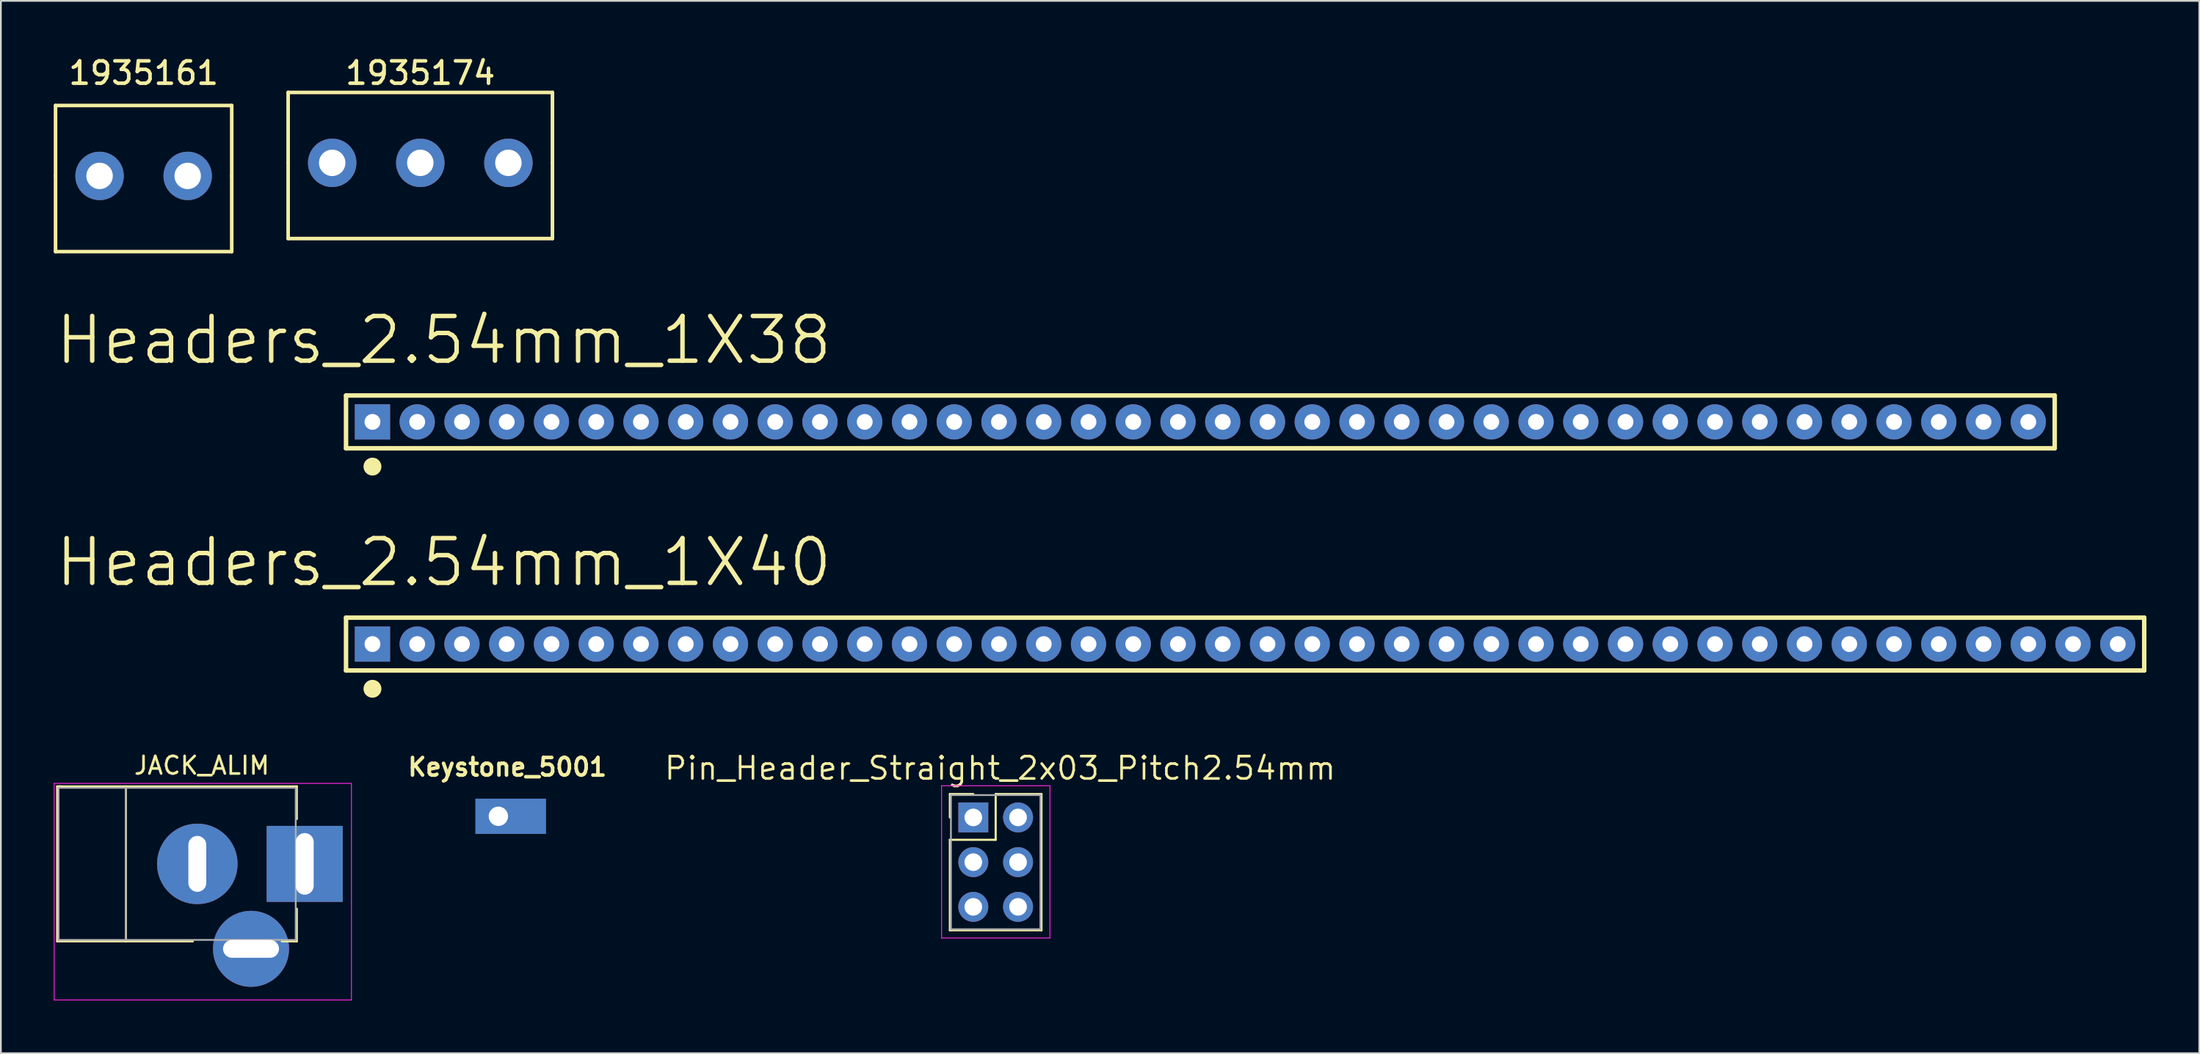
<source format=kicad_pcb>
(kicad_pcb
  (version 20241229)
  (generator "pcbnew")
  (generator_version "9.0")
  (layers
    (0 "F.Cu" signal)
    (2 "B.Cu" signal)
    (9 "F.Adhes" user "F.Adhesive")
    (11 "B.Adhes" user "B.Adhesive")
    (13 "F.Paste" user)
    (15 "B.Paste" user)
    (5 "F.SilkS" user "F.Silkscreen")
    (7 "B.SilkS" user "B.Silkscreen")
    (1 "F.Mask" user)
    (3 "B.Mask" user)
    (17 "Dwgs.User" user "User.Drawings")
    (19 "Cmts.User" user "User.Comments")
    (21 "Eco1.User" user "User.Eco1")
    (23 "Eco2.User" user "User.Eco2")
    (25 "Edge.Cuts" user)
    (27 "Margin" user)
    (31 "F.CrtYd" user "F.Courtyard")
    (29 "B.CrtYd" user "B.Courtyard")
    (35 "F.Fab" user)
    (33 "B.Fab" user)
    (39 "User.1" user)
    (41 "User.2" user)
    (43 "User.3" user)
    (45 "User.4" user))
  (footprint "Headers_2.54mm_1X40"
    (layer "F.Cu")
    (at 18.09 33.535)
    (property "Reference" "Headers_2.54mm_1X40" (at 4.05 -4.64 0) (layer "F.SilkS") (effects (font (size 2.54 2.54) (thickness 0.254))))
    (attr through_hole)
    (fp_line (start -1.5 -1.5) (end -1.5 1.5) (stroke (width 0.254) (type solid)) (layer "F.SilkS"))
    (fp_line (start -1.5 1.5) (end 100.56 1.5) (stroke (width 0.254) (type solid)) (layer "F.SilkS"))
    (fp_line (start 100.56 -1.5) (end -1.5 -1.5) (stroke (width 0.254) (type solid)) (layer "F.SilkS"))
    (fp_line (start 100.56 1.5) (end 100.56 -1.5) (stroke (width 0.254) (type solid)) (layer "F.SilkS"))
    (fp_circle (center 0 2.54) (end 0.254 2.54) (stroke (width 0.508) (type solid)) (fill no) (layer "F.SilkS"))
    (pad "1" thru_hole rect (at 0 0) (size 2 2) (drill 0.9) (layers "*.Cu" "*.Mask"))
    (pad "2" thru_hole circle (at 2.54 0) (size 2 2) (drill 0.9) (layers "*.Cu" "*.Mask"))
    (pad "3" thru_hole circle (at 5.08 0) (size 2 2) (drill 0.9) (layers "*.Cu" "*.Mask"))
    (pad "4" thru_hole circle (at 7.62 0) (size 2 2) (drill 0.9) (layers "*.Cu" "*.Mask"))
    (pad "5" thru_hole circle (at 10.16 0) (size 2 2) (drill 0.9) (layers "*.Cu" "*.Mask"))
    (pad "6" thru_hole circle (at 12.7 0) (size 2 2) (drill 0.9) (layers "*.Cu" "*.Mask"))
    (pad "7" thru_hole circle (at 15.24 0) (size 2 2) (drill 0.9) (layers "*.Cu" "*.Mask"))
    (pad "8" thru_hole circle (at 17.78 0) (size 2 2) (drill 0.9) (layers "*.Cu" "*.Mask"))
    (pad "9" thru_hole circle (at 20.32 0) (size 2 2) (drill 0.9) (layers "*.Cu" "*.Mask"))
    (pad "10" thru_hole circle (at 22.86 0) (size 2 2) (drill 0.9) (layers "*.Cu" "*.Mask"))
    (pad "11" thru_hole circle (at 25.4 0) (size 2 2) (drill 0.9) (layers "*.Cu" "*.Mask"))
    (pad "12" thru_hole circle (at 27.94 0) (size 2 2) (drill 0.9) (layers "*.Cu" "*.Mask"))
    (pad "13" thru_hole circle (at 30.48 0) (size 2 2) (drill 0.9) (layers "*.Cu" "*.Mask"))
    (pad "14" thru_hole circle (at 33.02 0) (size 2 2) (drill 0.9) (layers "*.Cu" "*.Mask"))
    (pad "15" thru_hole circle (at 35.56 0) (size 2 2) (drill 0.9) (layers "*.Cu" "*.Mask"))
    (pad "16" thru_hole circle (at 38.1 0) (size 2 2) (drill 0.9) (layers "*.Cu" "*.Mask"))
    (pad "17" thru_hole circle (at 40.64 0) (size 2 2) (drill 0.9) (layers "*.Cu" "*.Mask"))
    (pad "18" thru_hole circle (at 43.18 0) (size 2 2) (drill 0.9) (layers "*.Cu" "*.Mask"))
    (pad "19" thru_hole circle (at 45.72 0) (size 2 2) (drill 0.9) (layers "*.Cu" "*.Mask"))
    (pad "20" thru_hole circle (at 48.26 0) (size 2 2) (drill 0.9) (layers "*.Cu" "*.Mask"))
    (pad "21" thru_hole circle (at 50.8 0) (size 2 2) (drill 0.9) (layers "*.Cu" "*.Mask"))
    (pad "22" thru_hole circle (at 53.34 0) (size 2 2) (drill 0.9) (layers "*.Cu" "*.Mask"))
    (pad "23" thru_hole circle (at 55.88 0) (size 2 2) (drill 0.9) (layers "*.Cu" "*.Mask"))
    (pad "24" thru_hole circle (at 58.42 0) (size 2 2) (drill 0.9) (layers "*.Cu" "*.Mask"))
    (pad "25" thru_hole circle (at 60.96 0) (size 2 2) (drill 0.9) (layers "*.Cu" "*.Mask"))
    (pad "26" thru_hole circle (at 63.5 0) (size 2 2) (drill 0.9) (layers "*.Cu" "*.Mask"))
    (pad "27" thru_hole circle (at 66.04 0) (size 2 2) (drill 0.9) (layers "*.Cu" "*.Mask"))
    (pad "28" thru_hole circle (at 68.58 0) (size 2 2) (drill 0.9) (layers "*.Cu" "*.Mask"))
    (pad "29" thru_hole circle (at 71.12 0) (size 2 2) (drill 0.9) (layers "*.Cu" "*.Mask"))
    (pad "30" thru_hole circle (at 73.66 0) (size 2 2) (drill 0.9) (layers "*.Cu" "*.Mask"))
    (pad "31" thru_hole circle (at 76.2 0) (size 2 2) (drill 0.9) (layers "*.Cu" "*.Mask"))
    (pad "32" thru_hole circle (at 78.74 0) (size 2 2) (drill 0.9) (layers "*.Cu" "*.Mask"))
    (pad "33" thru_hole circle (at 81.28 0) (size 2 2) (drill 0.9) (layers "*.Cu" "*.Mask"))
    (pad "34" thru_hole circle (at 83.82 0) (size 2 2) (drill 0.9) (layers "*.Cu" "*.Mask"))
    (pad "35" thru_hole circle (at 86.36 0) (size 2 2) (drill 0.9) (layers "*.Cu" "*.Mask"))
    (pad "36" thru_hole circle (at 88.9 0) (size 2 2) (drill 0.9) (layers "*.Cu" "*.Mask"))
    (pad "37" thru_hole circle (at 91.44 0) (size 2 2) (drill 0.9) (layers "*.Cu" "*.Mask"))
    (pad "38" thru_hole circle (at 93.98 0) (size 2 2) (drill 0.9) (layers "*.Cu" "*.Mask"))
    (pad "39" thru_hole circle (at 96.52 0) (size 2 2) (drill 0.9) (layers "*.Cu" "*.Mask"))
    (pad "40" thru_hole circle (at 99.06 0) (size 2 2) (drill 0.9) (layers "*.Cu" "*.Mask")))
  (footprint "Pin_Header_Straight_2x03_Pitch2.54mm"
    (layer "F.Cu")
    (at 52.192 43.383)
    (property "Reference" "Pin_Header_Straight_2x03_Pitch2.54mm" (at 1.524 -2.794 0) (layer "F.SilkS") (effects (font (size 1.27 1.27) (thickness 0.15))))
    (attr through_hole)
    (fp_line (start -1.33 -1.33) (end 0 -1.33) (stroke (width 0.12) (type solid)) (layer "F.SilkS"))
    (fp_line (start -1.33 0) (end -1.33 -1.33) (stroke (width 0.12) (type solid)) (layer "F.SilkS"))
    (fp_line (start -1.33 1.27) (end -1.33 6.41) (stroke (width 0.12) (type solid)) (layer "F.SilkS"))
    (fp_line (start -1.33 6.41) (end 3.87 6.41) (stroke (width 0.12) (type solid)) (layer "F.SilkS"))
    (fp_line (start 1.27 -1.33) (end 1.27 1.27) (stroke (width 0.12) (type solid)) (layer "F.SilkS"))
    (fp_line (start 1.27 1.27) (end -1.33 1.27) (stroke (width 0.12) (type solid)) (layer "F.SilkS"))
    (fp_line (start 3.87 -1.33) (end 1.27 -1.33) (stroke (width 0.12) (type solid)) (layer "F.SilkS"))
    (fp_line (start 3.87 6.41) (end 3.87 -1.33) (stroke (width 0.12) (type solid)) (layer "F.SilkS"))
    (fp_line (start -1.8 -1.8) (end -1.8 6.85) (stroke (width 0.05) (type solid)) (layer "F.CrtYd"))
    (fp_line (start -1.8 6.85) (end 4.35 6.85) (stroke (width 0.05) (type solid)) (layer "F.CrtYd"))
    (fp_line (start 4.35 -1.8) (end -1.8 -1.8) (stroke (width 0.05) (type solid)) (layer "F.CrtYd"))
    (fp_line (start 4.35 6.85) (end 4.35 -1.8) (stroke (width 0.05) (type solid)) (layer "F.CrtYd"))
    (fp_line (start -1.27 -1.27) (end -1.27 6.35) (stroke (width 0.1) (type solid)) (layer "F.Fab"))
    (fp_line (start -1.27 6.35) (end 3.81 6.35) (stroke (width 0.1) (type solid)) (layer "F.Fab"))
    (fp_line (start 3.81 -1.27) (end -1.27 -1.27) (stroke (width 0.1) (type solid)) (layer "F.Fab"))
    (fp_line (start 3.81 6.35) (end 3.81 -1.27) (stroke (width 0.1) (type solid)) (layer "F.Fab"))
    (pad "1" thru_hole rect (at 0 0) (size 1.7 1.7) (drill 1) (layers "*.Cu" "*.Mask"))
    (pad "2" thru_hole oval (at 2.54 0) (size 1.7 1.7) (drill 1) (layers "*.Cu" "*.Mask"))
    (pad "3" thru_hole oval (at 0 2.54) (size 1.7 1.7) (drill 1) (layers "*.Cu" "*.Mask"))
    (pad "4" thru_hole oval (at 2.54 2.54) (size 1.7 1.7) (drill 1) (layers "*.Cu" "*.Mask"))
    (pad "5" thru_hole oval (at 0 5.08) (size 1.7 1.7) (drill 1) (layers "*.Cu" "*.Mask"))
    (pad "6" thru_hole oval (at 2.54 5.08) (size 1.7 1.7) (drill 1) (layers "*.Cu" "*.Mask")))
  (footprint "1935174"
    (layer "F.Cu")
    (at 23.305 6.2)
    (property "Reference" "1935174" (at -2.5 -5.1 0) (layer "F.SilkS") (effects (font (size 1.27 1.27) (thickness 0.203))))
    (attr through_hole)
    (fp_line (start -10 -4) (end -10 0) (stroke (width 0.203) (type solid)) (layer "F.SilkS"))
    (fp_line (start -10 0) (end -10 4.3) (stroke (width 0.203) (type solid)) (layer "F.SilkS"))
    (fp_line (start -10 4.3) (end 5 4.3) (stroke (width 0.203) (type solid)) (layer "F.SilkS"))
    (fp_line (start 5 -4) (end -10 -4) (stroke (width 0.203) (type solid)) (layer "F.SilkS"))
    (fp_line (start 5 0) (end 5 -4) (stroke (width 0.203) (type solid)) (layer "F.SilkS"))
    (fp_line (start 5 4.3) (end 5 0) (stroke (width 0.203) (type solid)) (layer "F.SilkS"))
    (pad "1" thru_hole circle (at -7.5 0) (size 2.75 2.75) (drill 1.5) (layers "*.Cu" "*.Mask"))
    (pad "2" thru_hole circle (at -2.5 0) (size 2.75 2.75) (drill 1.5) (layers "*.Cu" "*.Mask"))
    (pad "3" thru_hole circle (at 2.5 0) (size 2.75 2.75) (drill 1.5) (layers "*.Cu" "*.Mask")))
  (footprint "JACK_ALIM"
    (layer "F.Cu")
    (at 14.245 46.021)
    (property "Reference" "JACK_ALIM" (at -5.84 -5.59 0) (layer "F.SilkS") (effects (font (size 1 1) (thickness 0.15))))
    (attr through_hole)
    (fp_line (start -14.05 -4.4) (end -13.85 -4.4) (stroke (width 0.12) (type solid)) (layer "F.SilkS"))
    (fp_line (start -14.05 4.4) (end -14.05 -4.4) (stroke (width 0.12) (type solid)) (layer "F.SilkS"))
    (fp_line (start -13.95 -4.4) (end -0.45 -4.4) (stroke (width 0.12) (type solid)) (layer "F.SilkS"))
    (fp_line (start -10.15 -4.4) (end -10.15 4.4) (stroke (width 0.12) (type solid)) (layer "F.SilkS"))
    (fp_line (start -6.35 4.4) (end -14.05 4.4) (stroke (width 0.12) (type solid)) (layer "F.SilkS"))
    (fp_line (start -0.45 -4.4) (end -0.45 -2.55) (stroke (width 0.12) (type solid)) (layer "F.SilkS"))
    (fp_line (start -0.45 2.55) (end -0.45 4.4) (stroke (width 0.12) (type solid)) (layer "F.SilkS"))
    (fp_line (start -0.45 4.4) (end -1.3 4.4) (stroke (width 0.12) (type solid)) (layer "F.SilkS"))
    (fp_line (start -14.22 -4.57) (end -14.22 7.73) (stroke (width 0.05) (type solid)) (layer "F.CrtYd"))
    (fp_line (start -14.22 -4.57) (end 2.65 -4.57) (stroke (width 0.05) (type solid)) (layer "F.CrtYd"))
    (fp_line (start 2.65 7.73) (end -14.22 7.73) (stroke (width 0.05) (type solid)) (layer "F.CrtYd"))
    (fp_line (start 2.65 7.73) (end 2.65 -4.57) (stroke (width 0.05) (type solid)) (layer "F.CrtYd"))
    (fp_line (start -13.97 -4.32) (end -13.97 4.32) (stroke (width 0.1) (type solid)) (layer "F.Fab"))
    (fp_line (start -13.97 4.32) (end -13.21 4.32) (stroke (width 0.1) (type solid)) (layer "F.Fab"))
    (fp_line (start -13.21 -4.32) (end -13.97 -4.32) (stroke (width 0.1) (type solid)) (layer "F.Fab"))
    (fp_line (start -13.21 -4.32) (end -0.51 -4.32) (stroke (width 0.1) (type solid)) (layer "F.Fab"))
    (fp_line (start -13.21 4.32) (end -0.51 4.32) (stroke (width 0.1) (type solid)) (layer "F.Fab"))
    (fp_line (start -10.16 -4.32) (end -10.16 4.32) (stroke (width 0.1) (type solid)) (layer "F.Fab"))
    (fp_line (start -0.51 -4.32) (end -0.51 4.32) (stroke (width 0.1) (type solid)) (layer "F.Fab"))
    (pad "1" thru_hole rect (at 0 0) (size 4.318 4.318) (drill oval 1.016 3.5) (layers "*.Cu" "*.Mask"))
    (pad "2" thru_hole circle (at -6.096 0) (size 4.572 4.572) (drill oval 1.016 3.175) (layers "*.Cu" "*.Mask"))
    (pad "3" thru_hole circle (at -3.048 4.826) (size 4.318 4.318) (drill oval 3.175 1.016) (layers "*.Cu" "*.Mask")))
  (footprint "1935161"
    (layer "F.Cu")
    (at 5.102 6.942)
    (property "Reference" "1935161" (at 0 -5.842 0) (layer "F.SilkS") (effects (font (size 1.27 1.27) (thickness 0.203))))
    (attr through_hole)
    (fp_line (start -5 -4) (end -5 0) (stroke (width 0.203) (type solid)) (layer "F.SilkS"))
    (fp_line (start -5 0) (end -5 4.3) (stroke (width 0.203) (type solid)) (layer "F.SilkS"))
    (fp_line (start -5 4.3) (end 5 4.3) (stroke (width 0.203) (type solid)) (layer "F.SilkS"))
    (fp_line (start 5 -4) (end -5 -4) (stroke (width 0.203) (type solid)) (layer "F.SilkS"))
    (fp_line (start 5 0) (end 5 -4) (stroke (width 0.203) (type solid)) (layer "F.SilkS"))
    (fp_line (start 5 4.3) (end 5 0) (stroke (width 0.203) (type solid)) (layer "F.SilkS"))
    (pad "1" thru_hole circle (at -2.5 0) (size 2.75 2.75) (drill 1.5) (layers "*.Cu" "*.Mask"))
    (pad "2" thru_hole circle (at 2.5 0) (size 2.75 2.75) (drill 1.5) (layers "*.Cu" "*.Mask")))
  (footprint "Headers_2.54mm_1X38"
    (layer "F.Cu")
    (at 18.09 20.915)
    (property "Reference" "Headers_2.54mm_1X38" (at 4.05 -4.64 0) (layer "F.SilkS") (effects (font (size 2.54 2.54) (thickness 0.254))))
    (attr through_hole)
    (fp_line (start -1.5 -1.5) (end -1.5 1.5) (stroke (width 0.254) (type solid)) (layer "F.SilkS"))
    (fp_line (start -1.5 1.5) (end 95.48 1.5) (stroke (width 0.254) (type solid)) (layer "F.SilkS"))
    (fp_line (start 95.48 -1.5) (end -1.5 -1.5) (stroke (width 0.254) (type solid)) (layer "F.SilkS"))
    (fp_line (start 95.48 1.5) (end 95.48 -1.5) (stroke (width 0.254) (type solid)) (layer "F.SilkS"))
    (fp_circle (center 0 2.54) (end 0.254 2.54) (stroke (width 0.508) (type solid)) (fill no) (layer "F.SilkS"))
    (pad "1" thru_hole rect (at 0 0) (size 2 2) (drill 0.9) (layers "*.Cu" "*.Mask"))
    (pad "2" thru_hole circle (at 2.54 0) (size 2 2) (drill 0.9) (layers "*.Cu" "*.Mask"))
    (pad "3" thru_hole circle (at 5.08 0) (size 2 2) (drill 0.9) (layers "*.Cu" "*.Mask"))
    (pad "4" thru_hole circle (at 7.62 0) (size 2 2) (drill 0.9) (layers "*.Cu" "*.Mask"))
    (pad "5" thru_hole circle (at 10.16 0) (size 2 2) (drill 0.9) (layers "*.Cu" "*.Mask"))
    (pad "6" thru_hole circle (at 12.7 0) (size 2 2) (drill 0.9) (layers "*.Cu" "*.Mask"))
    (pad "7" thru_hole circle (at 15.24 0) (size 2 2) (drill 0.9) (layers "*.Cu" "*.Mask"))
    (pad "8" thru_hole circle (at 17.78 0) (size 2 2) (drill 0.9) (layers "*.Cu" "*.Mask"))
    (pad "9" thru_hole circle (at 20.32 0) (size 2 2) (drill 0.9) (layers "*.Cu" "*.Mask"))
    (pad "10" thru_hole circle (at 22.86 0) (size 2 2) (drill 0.9) (layers "*.Cu" "*.Mask"))
    (pad "11" thru_hole circle (at 25.4 0) (size 2 2) (drill 0.9) (layers "*.Cu" "*.Mask"))
    (pad "12" thru_hole circle (at 27.94 0) (size 2 2) (drill 0.9) (layers "*.Cu" "*.Mask"))
    (pad "13" thru_hole circle (at 30.48 0) (size 2 2) (drill 0.9) (layers "*.Cu" "*.Mask"))
    (pad "14" thru_hole circle (at 33.02 0) (size 2 2) (drill 0.9) (layers "*.Cu" "*.Mask"))
    (pad "15" thru_hole circle (at 35.56 0) (size 2 2) (drill 0.9) (layers "*.Cu" "*.Mask"))
    (pad "16" thru_hole circle (at 38.1 0) (size 2 2) (drill 0.9) (layers "*.Cu" "*.Mask"))
    (pad "17" thru_hole circle (at 40.64 0) (size 2 2) (drill 0.9) (layers "*.Cu" "*.Mask"))
    (pad "18" thru_hole circle (at 43.18 0) (size 2 2) (drill 0.9) (layers "*.Cu" "*.Mask"))
    (pad "19" thru_hole circle (at 45.72 0) (size 2 2) (drill 0.9) (layers "*.Cu" "*.Mask"))
    (pad "20" thru_hole circle (at 48.26 0) (size 2 2) (drill 0.9) (layers "*.Cu" "*.Mask"))
    (pad "21" thru_hole circle (at 50.8 0) (size 2 2) (drill 0.9) (layers "*.Cu" "*.Mask"))
    (pad "22" thru_hole circle (at 53.34 0) (size 2 2) (drill 0.9) (layers "*.Cu" "*.Mask"))
    (pad "23" thru_hole circle (at 55.88 0) (size 2 2) (drill 0.9) (layers "*.Cu" "*.Mask"))
    (pad "24" thru_hole circle (at 58.42 0) (size 2 2) (drill 0.9) (layers "*.Cu" "*.Mask"))
    (pad "25" thru_hole circle (at 60.96 0) (size 2 2) (drill 0.9) (layers "*.Cu" "*.Mask"))
    (pad "26" thru_hole circle (at 63.5 0) (size 2 2) (drill 0.9) (layers "*.Cu" "*.Mask"))
    (pad "27" thru_hole circle (at 66.04 0) (size 2 2) (drill 0.9) (layers "*.Cu" "*.Mask"))
    (pad "28" thru_hole circle (at 68.58 0) (size 2 2) (drill 0.9) (layers "*.Cu" "*.Mask"))
    (pad "29" thru_hole circle (at 71.12 0) (size 2 2) (drill 0.9) (layers "*.Cu" "*.Mask"))
    (pad "30" thru_hole circle (at 73.66 0) (size 2 2) (drill 0.9) (layers "*.Cu" "*.Mask"))
    (pad "31" thru_hole circle (at 76.2 0) (size 2 2) (drill 0.9) (layers "*.Cu" "*.Mask"))
    (pad "32" thru_hole circle (at 78.74 0) (size 2 2) (drill 0.9) (layers "*.Cu" "*.Mask"))
    (pad "33" thru_hole circle (at 81.28 0) (size 2 2) (drill 0.9) (layers "*.Cu" "*.Mask"))
    (pad "34" thru_hole circle (at 83.82 0) (size 2 2) (drill 0.9) (layers "*.Cu" "*.Mask"))
    (pad "35" thru_hole circle (at 86.36 0) (size 2 2) (drill 0.9) (layers "*.Cu" "*.Mask"))
    (pad "36" thru_hole circle (at 88.9 0) (size 2 2) (drill 0.9) (layers "*.Cu" "*.Mask"))
    (pad "37" thru_hole circle (at 91.44 0) (size 2 2) (drill 0.9) (layers "*.Cu" "*.Mask"))
    (pad "38" thru_hole circle (at 93.98 0) (size 2 2) (drill 0.9) (layers "*.Cu" "*.Mask")))
  (footprint "Keystone_5001"
    (layer "F.Cu")
    (at 25.236 43.318)
    (property "Reference" "Keystone_5001" (at 0.508 -2.794 0) (layer "F.SilkS") (effects (font (size 1 1) (thickness 0.203))))
    (attr through_hole)
    (pad "1" thru_hole rect (at 0 0) (size 4 2) (drill 1.1 (offset 0.7 0)) (layers "*.Cu" "*.Mask")))
  (gr_rect
    (start -3 -3)
    (end 121.777 56.776)
    (stroke (width 0.1) (type default))
    (fill no)
    (layer "Edge.Cuts")))
</source>
